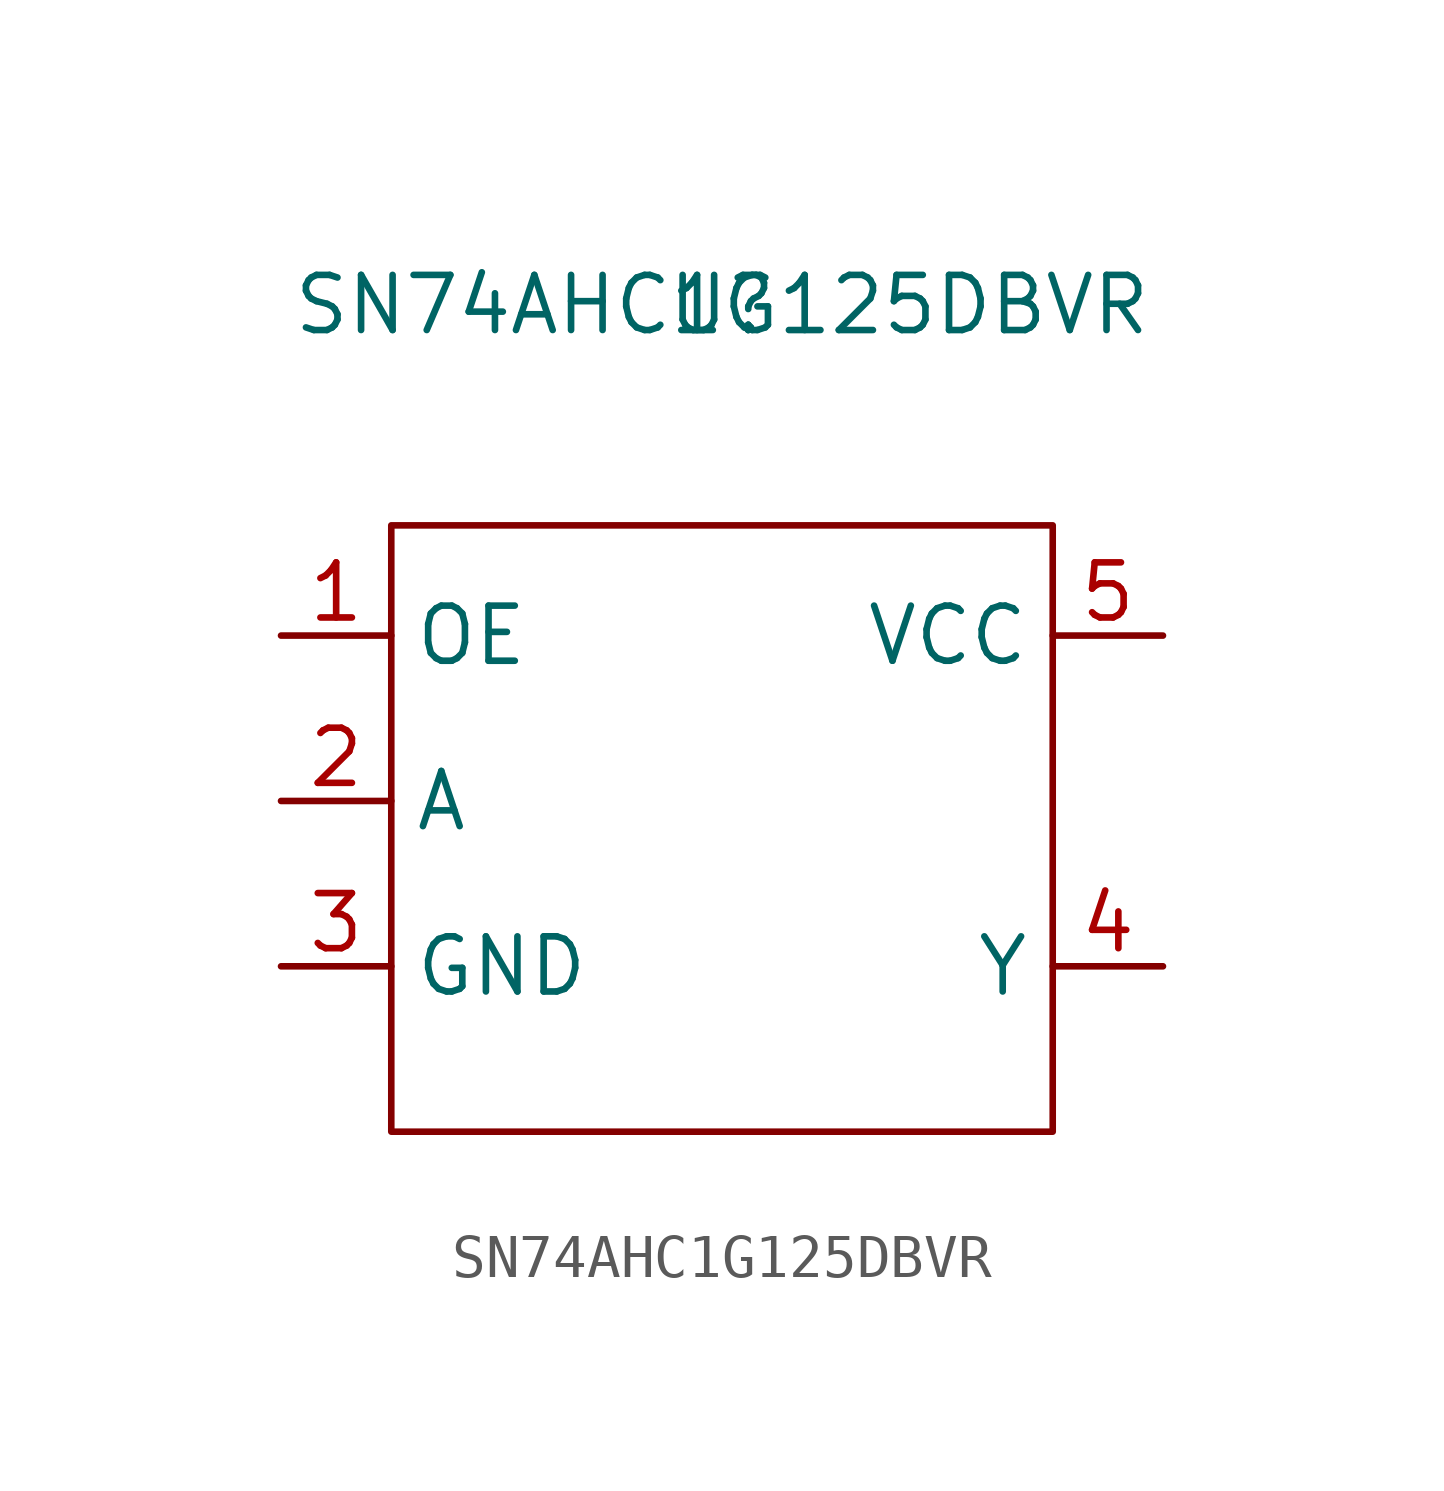
<source format=kicad_sym>
(kicad_symbol_lib
  (version 20211014)
  (generator kicad_symbol_editor)
  (symbol "SN74AHC1G125DBVR"
    (property "Reference" "U"
      (at 0 0 0)
      (effects (font (size 1.27 1.27))))
    (property "Value" "SN74AHC1G125DBVR"
      (at 0 0 0)
      (effects (font (size 1.27 1.27))))
    (symbol "SN74AHC1G125DBVR_0_1"
      (rectangle (start -7.62 -5.08) (end 7.62 -19.05) (stroke (width 0.152) (type default) (color 0 0 0 0)) (fill (type none))))
    (symbol "SN74AHC1G125DBVR_1_1"
      (pin input line (at -10.16 -7.62 0) (length 2.54) (name "OE" (effects (font (size 1.27 1.27)))) (number "1" (effects (font (size 1.27 1.27)))))
      (pin input line (at -10.16 -11.43 0) (length 2.54) (name "A" (effects (font (size 1.27 1.27)))) (number "2" (effects (font (size 1.27 1.27)))))
      (pin input line (at -10.16 -15.24 0) (length 2.54) (name "GND" (effects (font (size 1.27 1.27)))) (number "3" (effects (font (size 1.27 1.27)))))
      (pin input line (at 10.16 -15.24 180) (length 2.54) (name "Y" (effects (font (size 1.27 1.27)))) (number "4" (effects (font (size 1.27 1.27)))))
      (pin input line (at 10.16 -7.62 180) (length 2.54) (name "VCC" (effects (font (size 1.27 1.27)))) (number "5" (effects (font (size 1.27 1.27))))))))
</source>
